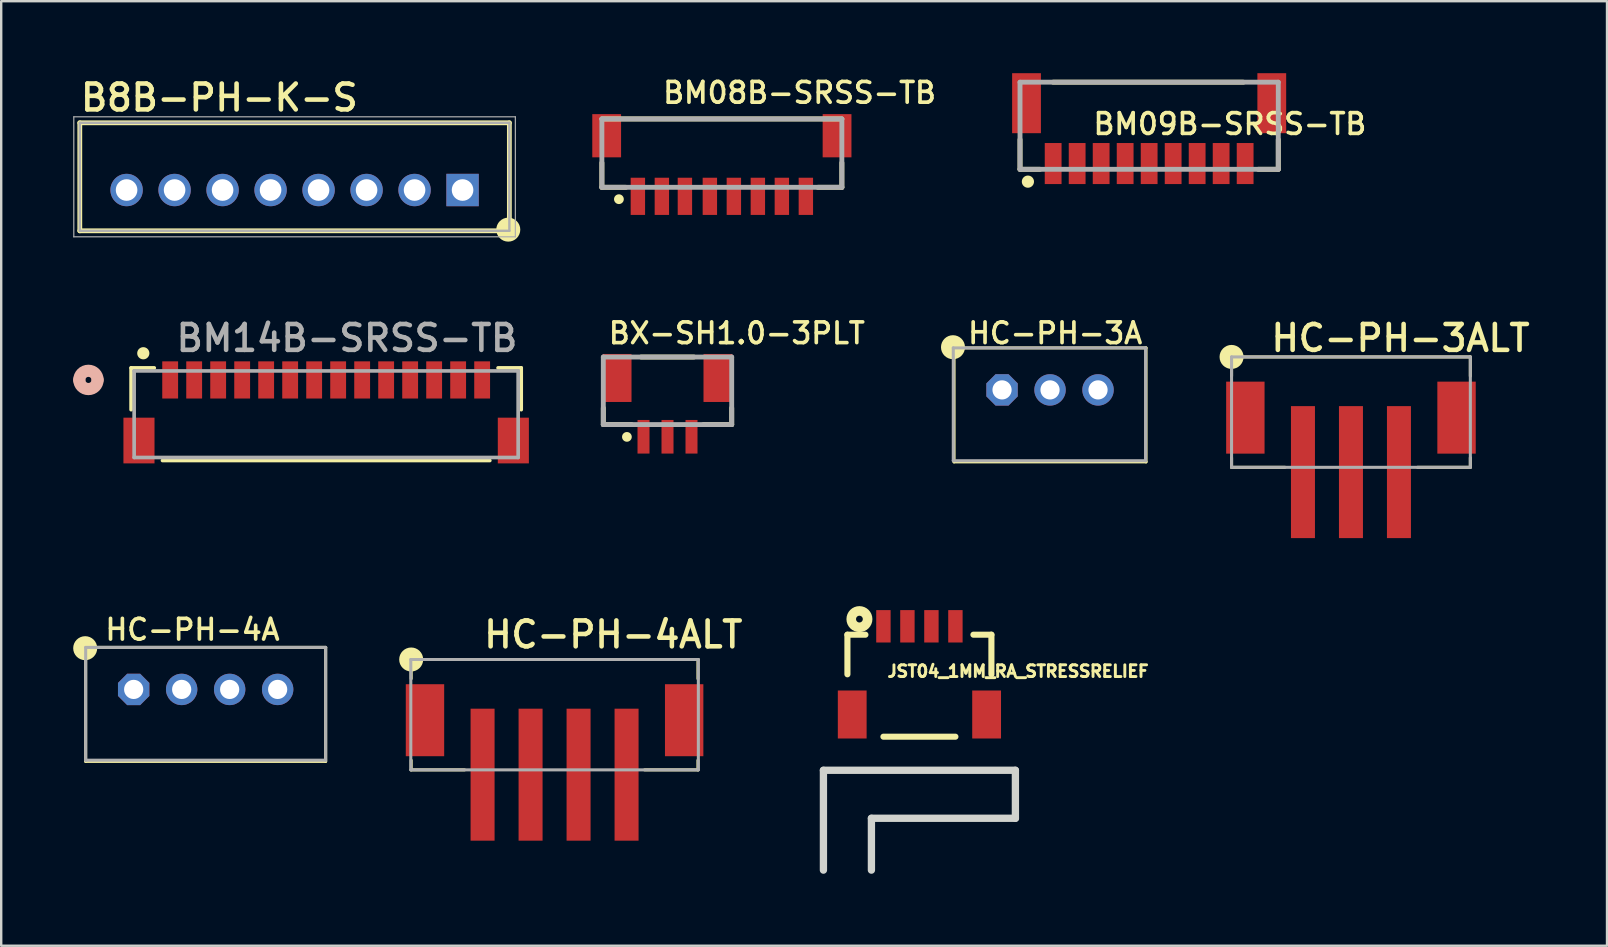
<source format=kicad_pcb>
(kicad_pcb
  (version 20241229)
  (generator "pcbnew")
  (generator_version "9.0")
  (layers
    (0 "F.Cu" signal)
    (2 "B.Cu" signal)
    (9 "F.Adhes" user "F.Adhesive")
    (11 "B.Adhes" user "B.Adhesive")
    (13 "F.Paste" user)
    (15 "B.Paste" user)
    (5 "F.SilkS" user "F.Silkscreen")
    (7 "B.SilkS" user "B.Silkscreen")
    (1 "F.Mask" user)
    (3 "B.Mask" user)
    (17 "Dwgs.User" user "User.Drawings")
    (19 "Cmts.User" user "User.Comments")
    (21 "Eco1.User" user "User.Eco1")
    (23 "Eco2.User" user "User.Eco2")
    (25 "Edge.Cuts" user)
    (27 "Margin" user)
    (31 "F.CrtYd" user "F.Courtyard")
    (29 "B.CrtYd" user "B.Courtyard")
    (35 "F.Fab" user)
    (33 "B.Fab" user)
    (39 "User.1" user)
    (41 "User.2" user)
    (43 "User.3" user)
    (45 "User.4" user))
  (footprint "HC-PH-3A"
    (layer "F.Cu")
    (at 40.705 13.197)
    (property "Reference" "HC-PH-3A" (at -3.508 -1.857 0) (unlocked yes) (layer "F.SilkS") (effects (font (size 0.864 0.864) (thickness 0.152)) (justify left bottom)))
    (fp_line (start -4 3) (end -4 -1.75) (stroke (width 0.127) (type solid)) (layer "F.SilkS"))
    (fp_line (start 4 -1.75) (end -4 -1.75) (stroke (width 0.127) (type solid)) (layer "F.SilkS"))
    (fp_line (start 4 -1.75) (end 4 3) (stroke (width 0.127) (type solid)) (layer "F.SilkS"))
    (fp_line (start 4 3) (end -4 3) (stroke (width 0.127) (type solid)) (layer "F.SilkS"))
    (fp_circle (center -4.044 -1.779) (end -3.794 -1.779) (stroke (width 0.5) (type solid)) (fill yes) (layer "F.SilkS"))
    (fp_line (start -4.032 -1.75) (end 3.981 -1.75) (stroke (width 0.127) (type solid)) (layer "F.Fab"))
    (fp_line (start -4.032 2.95) (end -4.032 -1.75) (stroke (width 0.127) (type solid)) (layer "F.Fab"))
    (fp_line (start -4.032 2.95) (end 3.981 2.95) (stroke (width 0.127) (type solid)) (layer "F.Fab"))
    (fp_line (start 3.981 -1.75) (end 3.981 2.95) (stroke (width 0.127) (type solid)) (layer "F.Fab"))
    (pad "1" thru_hole roundrect (at -2 0) (size 1.308 1.308) (drill 0.8) (layers "*.Cu" "*.Mask") (roundrect_rratio 0.25) (chamfer_ratio 0.293) (chamfer top_left top_right bottom_left bottom_right))
    (pad "2" thru_hole circle (at 0 0) (size 1.308 1.308) (drill 0.8) (layers "*.Cu" "*.Mask"))
    (pad "3" thru_hole circle (at 2 0) (size 1.308 1.308) (drill 0.8) (layers "*.Cu" "*.Mask")))
  (footprint "HC-PH-3ALT"
    (layer "F.Cu")
    (at 53.244 16.623)
    (property "Reference" "HC-PH-3ALT" (at -3.429 -4.953 0) (unlocked yes) (layer "F.SilkS") (effects (font (size 1.079 1.079) (thickness 0.191)) (justify left bottom)))
    (fp_line (start -4.975 -4.8) (end 4.975 -4.8) (stroke (width 0.127) (type solid)) (layer "F.SilkS"))
    (fp_line (start -4.975 -4) (end -4.975 -4.8) (stroke (width 0.127) (type solid)) (layer "F.SilkS"))
    (fp_line (start -4.975 -0.2) (end -4.975 -0.6) (stroke (width 0.127) (type solid)) (layer "F.SilkS"))
    (fp_line (start -4.975 -0.2) (end -2.75 -0.2) (stroke (width 0.127) (type solid)) (layer "F.SilkS"))
    (fp_line (start 2.775 -0.2) (end 4.975 -0.2) (stroke (width 0.127) (type solid)) (layer "F.SilkS"))
    (fp_line (start 4.975 -4) (end 4.975 -4.8) (stroke (width 0.127) (type solid)) (layer "F.SilkS"))
    (fp_line (start 4.975 -0.2) (end 4.975 -0.6) (stroke (width 0.127) (type solid)) (layer "F.SilkS"))
    (fp_circle (center -4.975 -4.8) (end -4.725 -4.8) (stroke (width 0.5) (type solid)) (fill yes) (layer "F.SilkS"))
    (fp_line (start -4.975 -4.8) (end 4.975 -4.8) (stroke (width 0.127) (type solid)) (layer "F.Fab"))
    (fp_line (start -4.975 -0.2) (end -4.975 -4.8) (stroke (width 0.127) (type solid)) (layer "F.Fab"))
    (fp_line (start -4.975 -0.2) (end 4.975 -0.2) (stroke (width 0.127) (type solid)) (layer "F.Fab"))
    (fp_line (start 4.975 -4.8) (end 4.975 -0.2) (stroke (width 0.127) (type solid)) (layer "F.Fab"))
    (pad "1" smd rect (at -2 0 180) (size 1 5.5) (layers "F.Cu" "F.Mask" "F.Paste"))
    (pad "2" smd rect (at 0 0 180) (size 1 5.5) (layers "F.Cu" "F.Mask" "F.Paste"))
    (pad "3" smd rect (at 2 0 180) (size 1 5.5) (layers "F.Cu" "F.Mask" "F.Paste"))
    (pad "4" smd rect (at -4.4 -2.27 90) (size 3 1.6) (layers "F.Cu" "F.Mask" "F.Paste"))
    (pad "5" smd rect (at 4.4 -2.27 90) (size 3 1.6) (layers "F.Cu" "F.Mask" "F.Paste")))
  (footprint "BM14B-SRSS-TB"
    (layer "F.Cu")
    (at 10.541 14.21)
    (property "Reference" "BM14B-SRSS-TB" (at -6.35 -2.54 0) (unlocked yes) (layer "F.Fab") (effects (font (size 1.079 1.079) (thickness 0.191)) (justify left bottom)))
    (fp_line (start -8.128 -1.93) (end -8.128 -0.189) (stroke (width 0.152) (type solid)) (layer "F.SilkS"))
    (fp_line (start -7.163 -1.93) (end -8.128 -1.93) (stroke (width 0.152) (type solid)) (layer "F.SilkS"))
    (fp_line (start -6.82 1.93) (end 6.82 1.93) (stroke (width 0.152) (type solid)) (layer "F.SilkS"))
    (fp_line (start 8.128 -1.93) (end 7.163 -1.93) (stroke (width 0.152) (type solid)) (layer "F.SilkS"))
    (fp_line (start 8.128 -0.189) (end 8.128 -1.93) (stroke (width 0.152) (type solid)) (layer "F.SilkS"))
    (fp_circle (center -7.62 -2.54) (end -7.493 -2.54) (stroke (width 0.254) (type solid)) (fill yes) (layer "F.SilkS"))
    (fp_arc (start -10.287 -1.4284) (mid -9.906 -1.8094) (end -9.525 -1.4284) (stroke (width 0.508) (type solid)) (layer "B.SilkS"))
    (fp_arc (start -9.525 -1.4284) (mid -9.906 -1.0474) (end -10.287 -1.4284) (stroke (width 0.508) (type solid)) (layer "B.SilkS"))
    (fp_line (start -8.001 -1.803) (end -8.001 1.803) (stroke (width 0.152) (type solid)) (layer "F.Fab"))
    (fp_line (start -8.001 1.803) (end 8.001 1.803) (stroke (width 0.152) (type solid)) (layer "F.Fab"))
    (fp_line (start 8.001 -1.803) (end -8.001 -1.803) (stroke (width 0.152) (type solid)) (layer "F.Fab"))
    (fp_line (start 8.001 1.803) (end 8.001 -1.803) (stroke (width 0.152) (type solid)) (layer "F.Fab"))
    (pad "0" smd rect (at -7.8 1.097) (size 1.295 1.905) (layers "F.Cu" "F.Mask" "F.Paste"))
    (pad "1" smd rect (at -6.5 -1.428) (size 0.66 1.549) (layers "F.Cu" "F.Mask" "F.Paste"))
    (pad "2" smd rect (at -5.5 -1.428) (size 0.66 1.549) (layers "F.Cu" "F.Mask" "F.Paste"))
    (pad "3" smd rect (at -4.5 -1.428) (size 0.66 1.549) (layers "F.Cu" "F.Mask" "F.Paste"))
    (pad "4" smd rect (at -3.5 -1.428) (size 0.66 1.549) (layers "F.Cu" "F.Mask" "F.Paste"))
    (pad "5" smd rect (at -2.5 -1.428) (size 0.66 1.549) (layers "F.Cu" "F.Mask" "F.Paste"))
    (pad "6" smd rect (at -1.5 -1.428) (size 0.66 1.549) (layers "F.Cu" "F.Mask" "F.Paste"))
    (pad "7" smd rect (at -0.5 -1.428) (size 0.66 1.549) (layers "F.Cu" "F.Mask" "F.Paste"))
    (pad "8" smd rect (at 0.5 -1.428) (size 0.66 1.549) (layers "F.Cu" "F.Mask" "F.Paste"))
    (pad "9" smd rect (at 1.5 -1.428) (size 0.66 1.549) (layers "F.Cu" "F.Mask" "F.Paste"))
    (pad "10" smd rect (at 2.5 -1.428) (size 0.66 1.549) (layers "F.Cu" "F.Mask" "F.Paste"))
    (pad "11" smd rect (at 3.5 -1.428) (size 0.66 1.549) (layers "F.Cu" "F.Mask" "F.Paste"))
    (pad "12" smd rect (at 4.5 -1.428) (size 0.66 1.549) (layers "F.Cu" "F.Mask" "F.Paste"))
    (pad "13" smd rect (at 5.5 -1.428) (size 0.66 1.549) (layers "F.Cu" "F.Mask" "F.Paste"))
    (pad "14" smd rect (at 6.5 -1.428) (size 0.66 1.549) (layers "F.Cu" "F.Mask" "F.Paste"))
    (pad "15" smd rect (at 7.8 1.097) (size 1.295 1.905) (layers "F.Cu" "F.Mask" "F.Paste")))
  (footprint "B8B-PH-K-S"
    (layer "F.Cu")
    (at 16.225 4.868)
    (property "Reference" "B8B-PH-K-S" (at -16.017 -3.217 0) (unlocked yes) (layer "F.SilkS") (effects (font (size 1.079 1.079) (thickness 0.191)) (justify left bottom)))
    (fp_line (start -15.95 -2.8) (end -15.95 1.7) (stroke (width 0.2) (type solid)) (layer "F.SilkS"))
    (fp_line (start -15.95 1.7) (end 1.95 1.7) (stroke (width 0.2) (type solid)) (layer "F.SilkS"))
    (fp_line (start 1.95 -2.8) (end -15.95 -2.8) (stroke (width 0.2) (type solid)) (layer "F.SilkS"))
    (fp_line (start 1.95 1.7) (end 1.95 -2.8) (stroke (width 0.2) (type solid)) (layer "F.SilkS"))
    (fp_circle (center 1.905 1.651) (end 2.155 1.651) (stroke (width 0.5) (type solid)) (fill yes) (layer "F.SilkS"))
    (fp_line (start -16.2 -3.05) (end -16.2 1.95) (stroke (width 0.05) (type solid)) (layer "F.Fab"))
    (fp_line (start -16.2 1.95) (end 2.2 1.95) (stroke (width 0.05) (type solid)) (layer "F.Fab"))
    (fp_line (start -15.95 -2.8) (end -15.95 1.7) (stroke (width 0.1) (type solid)) (layer "F.Fab"))
    (fp_line (start -15.95 1.7) (end 1.95 1.7) (stroke (width 0.1) (type solid)) (layer "F.Fab"))
    (fp_line (start 1.95 -2.8) (end -15.95 -2.8) (stroke (width 0.1) (type solid)) (layer "F.Fab"))
    (fp_line (start 1.95 1.7) (end 1.95 -2.8) (stroke (width 0.1) (type solid)) (layer "F.Fab"))
    (fp_line (start 2.2 -3.05) (end -16.2 -3.05) (stroke (width 0.05) (type solid)) (layer "F.Fab"))
    (fp_line (start 2.2 1.95) (end 2.2 -3.05) (stroke (width 0.05) (type solid)) (layer "F.Fab"))
    (pad "1" thru_hole rect (at 0 0) (size 1.35 1.35) (drill 0.9) (layers "*.Cu" "*.Mask"))
    (pad "2" thru_hole circle (at -2 0) (size 1.35 1.35) (drill 0.9) (layers "*.Cu" "*.Mask"))
    (pad "3" thru_hole circle (at -4 0) (size 1.35 1.35) (drill 0.9) (layers "*.Cu" "*.Mask"))
    (pad "4" thru_hole circle (at -6 0) (size 1.35 1.35) (drill 0.9) (layers "*.Cu" "*.Mask"))
    (pad "5" thru_hole circle (at -8 0) (size 1.35 1.35) (drill 0.9) (layers "*.Cu" "*.Mask"))
    (pad "6" thru_hole circle (at -10 0) (size 1.35 1.35) (drill 0.9) (layers "*.Cu" "*.Mask"))
    (pad "7" thru_hole circle (at -12 0) (size 1.35 1.35) (drill 0.9) (layers "*.Cu" "*.Mask"))
    (pad "8" thru_hole circle (at -14 0) (size 1.35 1.35) (drill 0.9) (layers "*.Cu" "*.Mask")))
  (footprint "BX-SH1.0-3PLT"
    (layer "F.Cu")
    (at 24.765 15.15)
    (property "Reference" "BX-SH1.0-3PLT" (at -2.54 -3.81 0) (unlocked yes) (layer "F.SilkS") (effects (font (size 0.864 0.864) (thickness 0.152)) (justify left bottom)))
    (fp_line (start -2.675 -0.508) (end -2.675 -1.2) (stroke (width 0.203) (type solid)) (layer "F.SilkS"))
    (fp_line (start -1.5 -0.508) (end -2.675 -0.508) (stroke (width 0.203) (type solid)) (layer "F.SilkS"))
    (fp_line (start -1.1 -3.323) (end 1.1 -3.323) (stroke (width 0.203) (type solid)) (layer "F.SilkS"))
    (fp_line (start 2.675 -1.2) (end 2.675 -0.508) (stroke (width 0.203) (type solid)) (layer "F.SilkS"))
    (fp_line (start 2.675 -0.508) (end 1.5 -0.508) (stroke (width 0.203) (type solid)) (layer "F.SilkS"))
    (fp_circle (center -1.692 0.005) (end -1.591 0.005) (stroke (width 0.203) (type solid)) (fill yes) (layer "F.SilkS"))
    (fp_line (start -2.675 -3.323) (end 2.675 -3.323) (stroke (width 0.203) (type solid)) (layer "F.Fab"))
    (fp_line (start -2.675 -0.508) (end -2.675 -3.323) (stroke (width 0.203) (type solid)) (layer "F.Fab"))
    (fp_line (start 2.675 -3.323) (end 2.675 -0.508) (stroke (width 0.203) (type solid)) (layer "F.Fab"))
    (fp_line (start 2.675 -0.508) (end -2.675 -0.508) (stroke (width 0.203) (type solid)) (layer "F.Fab"))
    (pad "0" smd rect (at -2.1 -2.45) (size 1.2 2) (layers "F.Cu" "F.Mask" "F.Paste"))
    (pad "1" smd rect (at -1 0) (size 0.5 1.4) (layers "F.Cu" "F.Mask" "F.Paste"))
    (pad "2" smd rect (at 0 0) (size 0.5 1.4) (layers "F.Cu" "F.Mask" "F.Paste"))
    (pad "3" smd rect (at 1 0) (size 0.5 1.4) (layers "F.Cu" "F.Mask" "F.Paste"))
    (pad "4" smd rect (at 2.1 -2.45) (size 1.2 2) (layers "F.Cu" "F.Mask" "F.Paste")))
  (footprint "BM08B-SRSS-TB"
    (layer "F.Cu")
    (at 27.03 5.131)
    (property "Reference" "BM08B-SRSS-TB" (at -2.54 -3.81 0) (unlocked yes) (layer "F.SilkS") (effects (font (size 0.864 0.864) (thickness 0.152)) (justify left bottom)))
    (fp_line (start -5 -3.225) (end 5 -3.225) (stroke (width 0.203) (type solid)) (layer "F.SilkS"))
    (fp_line (start -5 -0.375) (end -5 -1.4) (stroke (width 0.203) (type solid)) (layer "F.SilkS"))
    (fp_line (start -4 -0.375) (end -5 -0.375) (stroke (width 0.203) (type solid)) (layer "F.SilkS"))
    (fp_line (start 5 -1.4) (end 5 -0.375) (stroke (width 0.203) (type solid)) (layer "F.SilkS"))
    (fp_line (start 5 -0.375) (end 4 -0.375) (stroke (width 0.203) (type solid)) (layer "F.SilkS"))
    (fp_circle (center -4.29 0.119) (end -4.188 0.119) (stroke (width 0.203) (type solid)) (fill yes) (layer "F.SilkS"))
    (fp_line (start -5 -3.225) (end 5 -3.225) (stroke (width 0.203) (type solid)) (layer "F.Fab"))
    (fp_line (start -5 -0.375) (end -5 -3.225) (stroke (width 0.203) (type solid)) (layer "F.Fab"))
    (fp_line (start 5 -3.225) (end 5 -0.375) (stroke (width 0.203) (type solid)) (layer "F.Fab"))
    (fp_line (start 5 -0.375) (end -5 -0.375) (stroke (width 0.203) (type solid)) (layer "F.Fab"))
    (pad "0" smd rect (at -4.8 -2.525) (size 1.2 1.8) (layers "F.Cu" "F.Mask" "F.Paste"))
    (pad "1" smd rect (at -3.5 0) (size 0.6 1.55) (layers "F.Cu" "F.Mask" "F.Paste"))
    (pad "2" smd rect (at -2.5 0) (size 0.6 1.55) (layers "F.Cu" "F.Mask" "F.Paste"))
    (pad "3" smd rect (at -1.54 0) (size 0.6 1.55) (layers "F.Cu" "F.Mask" "F.Paste"))
    (pad "4" smd rect (at -0.5 0) (size 0.6 1.55) (layers "F.Cu" "F.Mask" "F.Paste"))
    (pad "5" smd rect (at 0.5 0) (size 0.6 1.55) (layers "F.Cu" "F.Mask" "F.Paste"))
    (pad "6" smd rect (at 1.5 0) (size 0.6 1.55) (layers "F.Cu" "F.Mask" "F.Paste"))
    (pad "7" smd rect (at 2.5 0) (size 0.6 1.55) (layers "F.Cu" "F.Mask" "F.Paste"))
    (pad "8" smd rect (at 3.5 0) (size 0.6 1.55) (layers "F.Cu" "F.Mask" "F.Paste"))
    (pad "9" smd rect (at 4.8 -2.525) (size 1.2 1.8) (layers "F.Cu" "F.Mask" "F.Paste")))
  (footprint "HC-PH-4ALT"
    (layer "F.Cu")
    (at 20.059 29.231)
    (property "Reference" "HC-PH-4ALT" (at -3.048 -5.207 0) (unlocked yes) (layer "F.SilkS") (effects (font (size 1.079 1.079) (thickness 0.191)) (justify left bottom)))
    (fp_line (start -5.975 -4.8) (end 5.975 -4.8) (stroke (width 0.127) (type solid)) (layer "F.SilkS"))
    (fp_line (start -5.975 -4) (end -5.975 -4.8) (stroke (width 0.127) (type solid)) (layer "F.SilkS"))
    (fp_line (start -5.975 -0.2) (end -5.975 -0.6) (stroke (width 0.127) (type solid)) (layer "F.SilkS"))
    (fp_line (start -5.975 -0.2) (end -3.75 -0.2) (stroke (width 0.127) (type solid)) (layer "F.SilkS"))
    (fp_line (start 3.75 -0.2) (end 5.975 -0.2) (stroke (width 0.127) (type solid)) (layer "F.SilkS"))
    (fp_line (start 5.975 -4) (end 5.975 -4.8) (stroke (width 0.127) (type solid)) (layer "F.SilkS"))
    (fp_line (start 5.975 -0.2) (end 5.975 -0.6) (stroke (width 0.127) (type solid)) (layer "F.SilkS"))
    (fp_circle (center -5.975 -4.8) (end -5.725 -4.8) (stroke (width 0.5) (type solid)) (fill yes) (layer "F.SilkS"))
    (fp_line (start -5.991 -4.8) (end 5.991 -4.8) (stroke (width 0.127) (type solid)) (layer "F.Fab"))
    (fp_line (start -5.991 -0.2) (end -5.991 -4.8) (stroke (width 0.127) (type solid)) (layer "F.Fab"))
    (fp_line (start -5.991 -0.2) (end 5.991 -0.2) (stroke (width 0.127) (type solid)) (layer "F.Fab"))
    (fp_line (start 5.991 -4.8) (end 5.991 -0.2) (stroke (width 0.127) (type solid)) (layer "F.Fab"))
    (pad "1" smd rect (at -3 0 180) (size 1 5.5) (layers "F.Cu" "F.Mask" "F.Paste"))
    (pad "2" smd rect (at -1 0 180) (size 1 5.5) (layers "F.Cu" "F.Mask" "F.Paste"))
    (pad "3" smd rect (at 1 0 180) (size 1 5.5) (layers "F.Cu" "F.Mask" "F.Paste"))
    (pad "4" smd rect (at -5.4 -2.27 90) (size 3 1.6) (layers "F.Cu" "F.Mask" "F.Paste"))
    (pad "5" smd rect (at 5.4 -2.27 90) (size 3 1.6) (layers "F.Cu" "F.Mask" "F.Paste"))
    (pad "6" smd rect (at 3 0 180) (size 1 5.5) (layers "F.Cu" "F.Mask" "F.Paste")))
  (footprint "HC-PH-4A"
    (layer "F.Cu")
    (at 5.52 25.678)
    (property "Reference" "HC-PH-4A" (at -4.27 -1.984 0) (unlocked yes) (layer "F.SilkS") (effects (font (size 0.864 0.864) (thickness 0.152)) (justify left bottom)))
    (fp_line (start -5 3) (end -5 -1.75) (stroke (width 0.127) (type solid)) (layer "F.SilkS"))
    (fp_line (start 5 -1.75) (end -5 -1.75) (stroke (width 0.127) (type solid)) (layer "F.SilkS"))
    (fp_line (start 5 -1.75) (end 5 3) (stroke (width 0.127) (type solid)) (layer "F.SilkS"))
    (fp_line (start 5 3) (end -5 3) (stroke (width 0.127) (type solid)) (layer "F.SilkS"))
    (fp_circle (center -5.02 -1.718) (end -4.77 -1.718) (stroke (width 0.5) (type solid)) (fill yes) (layer "F.SilkS"))
    (fp_line (start -5 -1.75) (end 5 -1.75) (stroke (width 0.127) (type solid)) (layer "F.Fab"))
    (fp_line (start -5 2.95) (end -5 -1.75) (stroke (width 0.127) (type solid)) (layer "F.Fab"))
    (fp_line (start -5 2.95) (end 5 2.95) (stroke (width 0.127) (type solid)) (layer "F.Fab"))
    (fp_line (start 5 -1.75) (end 5 2.95) (stroke (width 0.127) (type solid)) (layer "F.Fab"))
    (pad "1" thru_hole roundrect (at -3 0) (size 1.308 1.308) (drill 0.8) (layers "*.Cu" "*.Mask") (roundrect_rratio 0.25) (chamfer_ratio 0.293) (chamfer top_left top_right bottom_left bottom_right))
    (pad "2" thru_hole circle (at -1 0) (size 1.308 1.308) (drill 0.8) (layers "*.Cu" "*.Mask"))
    (pad "3" thru_hole circle (at 1 0) (size 1.308 1.308) (drill 0.8) (layers "*.Cu" "*.Mask"))
    (pad "4" thru_hole circle (at 3 0) (size 1.308 1.308) (drill 0.8) (layers "*.Cu" "*.Mask")))
  (footprint "BM09B-SRSS-TB"
    (layer "F.Cu")
    (at 44.835 3.765)
    (property "Reference" "BM09B-SRSS-TB" (at -2.413 -1.143 0) (unlocked yes) (layer "F.SilkS") (effects (font (size 0.864 0.864) (thickness 0.152)) (justify left bottom)))
    (fp_line (start -5.381 0.24) (end -5.381 -1) (stroke (width 0.203) (type solid)) (layer "F.SilkS"))
    (fp_line (start -4.55 0.24) (end -5.381 0.24) (stroke (width 0.203) (type solid)) (layer "F.SilkS"))
    (fp_line (start -4.003 -3.39) (end 3.927 -3.39) (stroke (width 0.203) (type solid)) (layer "F.SilkS"))
    (fp_line (start 4.547 0.24) (end 5.381 0.24) (stroke (width 0.203) (type solid)) (layer "F.SilkS"))
    (fp_line (start 5.381 0.24) (end 5.381 -1) (stroke (width 0.203) (type solid)) (layer "F.SilkS"))
    (fp_circle (center -5.052 0.754) (end -4.925 0.754) (stroke (width 0.254) (type solid)) (fill yes) (layer "F.SilkS"))
    (fp_line (start -5.381 -3.39) (end 5.381 -3.39) (stroke (width 0.203) (type solid)) (layer "F.Fab"))
    (fp_line (start -5.381 0.24) (end -5.381 -3.39) (stroke (width 0.203) (type solid)) (layer "F.Fab"))
    (fp_line (start 5.381 -3.39) (end 5.381 0.24) (stroke (width 0.203) (type solid)) (layer "F.Fab"))
    (fp_line (start 5.381 0.24) (end -5.381 0.24) (stroke (width 0.203) (type solid)) (layer "F.Fab"))
    (pad "0" smd rect (at -5.11 -2.515) (size 1.2 2.5) (layers "F.Cu" "F.Mask" "F.Paste"))
    (pad "1" smd rect (at -4 0) (size 0.7 1.71) (layers "F.Cu" "F.Mask" "F.Paste"))
    (pad "2" smd rect (at -3 0) (size 0.7 1.71) (layers "F.Cu" "F.Mask" "F.Paste"))
    (pad "3" smd rect (at -2 0) (size 0.7 1.71) (layers "F.Cu" "F.Mask" "F.Paste"))
    (pad "4" smd rect (at -1 0) (size 0.7 1.71) (layers "F.Cu" "F.Mask" "F.Paste"))
    (pad "5" smd rect (at 0 0) (size 0.7 1.71) (layers "F.Cu" "F.Mask" "F.Paste"))
    (pad "6" smd rect (at 1 0) (size 0.7 1.71) (layers "F.Cu" "F.Mask" "F.Paste"))
    (pad "7" smd rect (at 2 0) (size 0.7 1.71) (layers "F.Cu" "F.Mask" "F.Paste"))
    (pad "8" smd rect (at 3 0) (size 0.7 1.71) (layers "F.Cu" "F.Mask" "F.Paste"))
    (pad "9" smd rect (at 4 0) (size 0.7 1.71) (layers "F.Cu" "F.Mask" "F.Paste"))
    (pad "10" smd rect (at 5.11 -2.515) (size 1.2 2.5) (layers "F.Cu" "F.Mask" "F.Paste")))
  (footprint "JST04_1MM_RA_STRESSRELIEF"
    (layer "F.Cu")
    (at 35.262 23.048)
    (property "Reference" "JST04_1MM_RA_STRESSRELIEF" (at -1.397 2.159 0) (unlocked yes) (layer "F.SilkS") (effects (font (size 0.488 0.488) (thickness 0.122)) (justify left bottom)))
    (fp_line (start -3 0.35) (end -2.25 0.35) (stroke (width 0.254) (type solid)) (layer "F.SilkS"))
    (fp_line (start -3 2) (end -3 0.35) (stroke (width 0.254) (type solid)) (layer "F.SilkS"))
    (fp_line (start -1.5 4.6) (end 1.5 4.6) (stroke (width 0.254) (type solid)) (layer "F.SilkS"))
    (fp_line (start 2.25 0.35) (end 3 0.35) (stroke (width 0.254) (type solid)) (layer "F.SilkS"))
    (fp_line (start 3 0.35) (end 3 2) (stroke (width 0.254) (type solid)) (layer "F.SilkS"))
    (fp_circle (center -2.5 -0.3) (end -2.359 -0.3) (stroke (width 0.4) (type solid)) (fill no) (layer "F.SilkS"))
    (fp_line (start -4 6) (end -4 10.16) (stroke (width 0.305) (type solid)) (layer "Edge.Cuts"))
    (fp_line (start -2 8) (end 4 8) (stroke (width 0.305) (type solid)) (layer "Edge.Cuts"))
    (fp_line (start -2 10.16) (end -2 8) (stroke (width 0.305) (type solid)) (layer "Edge.Cuts"))
    (fp_line (start 4 6) (end -4 6) (stroke (width 0.305) (type solid)) (layer "Edge.Cuts"))
    (fp_line (start 4 8) (end 4 6) (stroke (width 0.305) (type solid)) (layer "Edge.Cuts"))
    (pad "1" smd rect (at -1.5 0) (size 0.6 1.35) (layers "F.Cu" "F.Mask" "F.Paste"))
    (pad "2" smd rect (at -0.5 0) (size 0.6 1.35) (layers "F.Cu" "F.Mask" "F.Paste"))
    (pad "3" smd rect (at 0.5 0) (size 0.6 1.35) (layers "F.Cu" "F.Mask" "F.Paste"))
    (pad "4" smd rect (at 1.5 0) (size 0.6 1.35) (layers "F.Cu" "F.Mask" "F.Paste"))
    (pad "NC1" smd rect (at 2.8 3.675) (size 1.2 2) (layers "F.Cu" "F.Mask" "F.Paste"))
    (pad "NC2" smd rect (at -2.8 3.675) (size 1.2 2) (layers "F.Cu" "F.Mask" "F.Paste")))
  (gr_rect
    (start -3 -3)
    (end 63.914 36.36)
    (stroke (width 0.1) (type default))
    (fill no)
    (layer "Edge.Cuts")))
</source>
